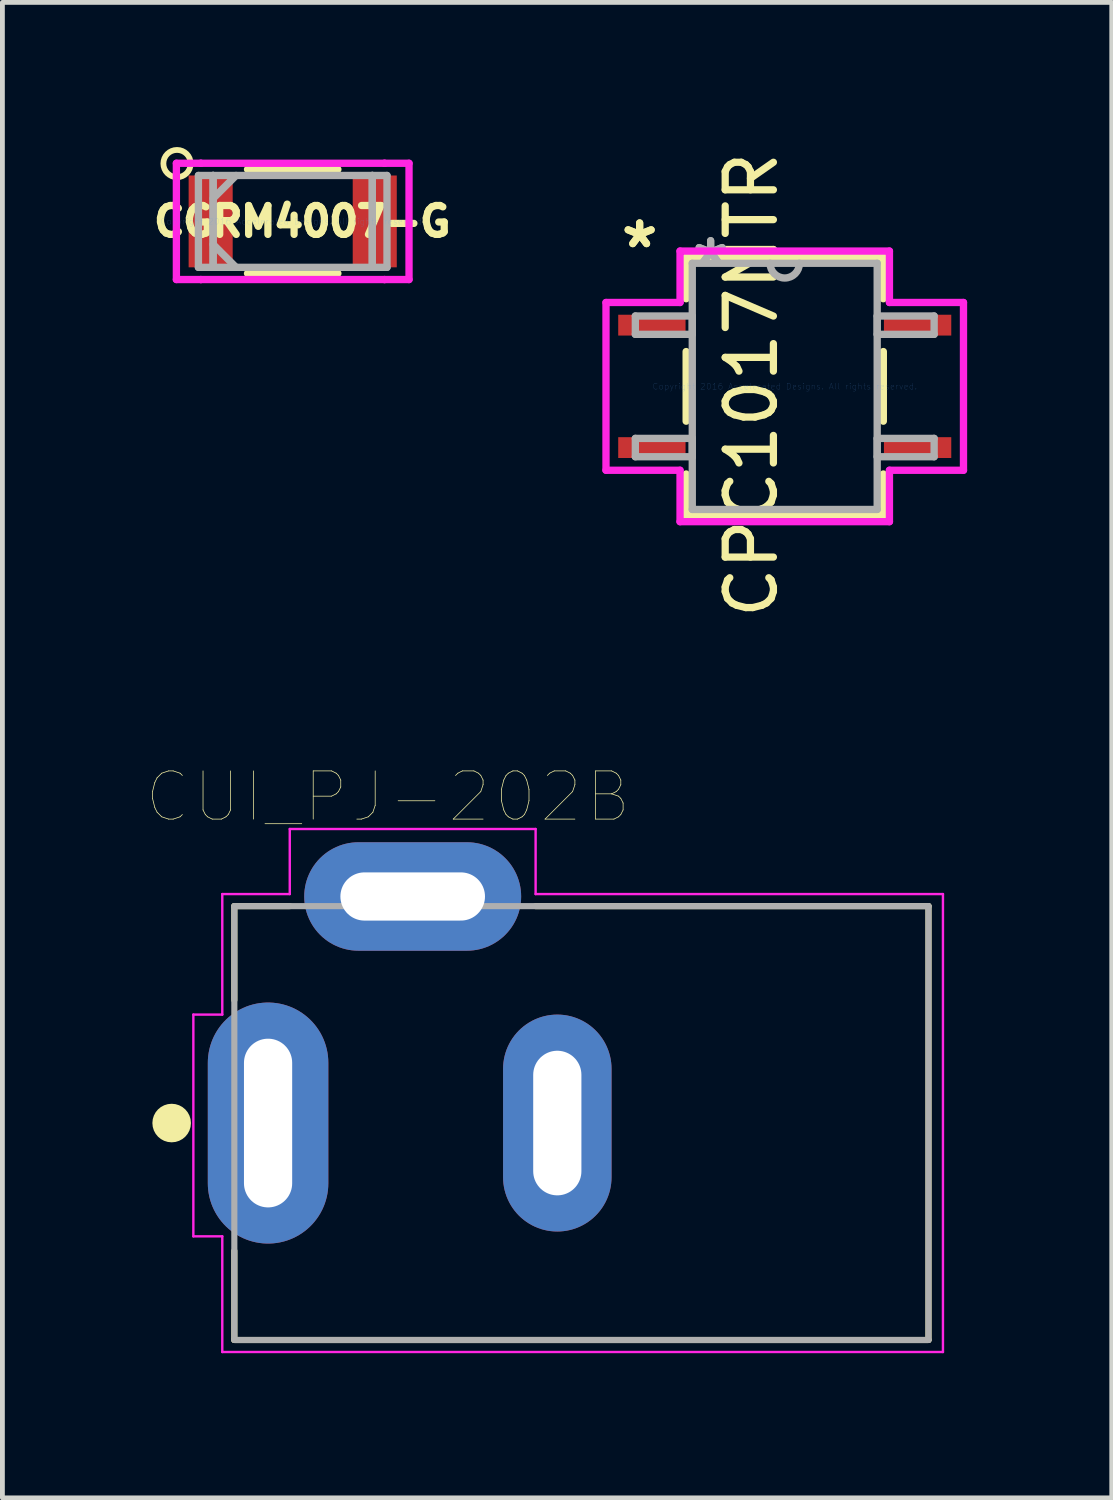
<source format=kicad_pcb>
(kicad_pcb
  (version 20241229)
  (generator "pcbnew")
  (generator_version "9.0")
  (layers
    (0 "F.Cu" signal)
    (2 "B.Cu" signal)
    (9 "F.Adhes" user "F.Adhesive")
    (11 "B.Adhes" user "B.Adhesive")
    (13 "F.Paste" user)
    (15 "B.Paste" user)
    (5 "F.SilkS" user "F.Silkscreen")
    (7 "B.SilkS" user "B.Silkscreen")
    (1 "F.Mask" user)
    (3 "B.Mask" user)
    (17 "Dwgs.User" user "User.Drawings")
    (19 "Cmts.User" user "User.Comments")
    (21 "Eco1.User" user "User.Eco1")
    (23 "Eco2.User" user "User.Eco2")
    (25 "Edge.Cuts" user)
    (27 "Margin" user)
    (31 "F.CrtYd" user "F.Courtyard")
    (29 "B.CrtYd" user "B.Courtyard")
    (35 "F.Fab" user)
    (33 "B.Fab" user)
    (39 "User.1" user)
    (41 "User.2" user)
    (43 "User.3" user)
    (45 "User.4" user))
  (footprint "CPC1017NTR"
    (layer "F.Cu")
    (at 13.229 4.965)
    (property "Reference" "CPC1017NTR" (at -0.69 -0.03 90) (layer "F.SilkS") (effects (font (size 1 1) (thickness 0.15))))
    (attr smd)
    (fp_line (start -2.045 -2.68) (end -2.045 -1.818) (stroke (width 0.152) (type solid)) (layer "F.SilkS"))
    (fp_line (start -2.045 -0.722) (end -2.045 0.722) (stroke (width 0.152) (type solid)) (layer "F.SilkS"))
    (fp_line (start -2.045 1.818) (end -2.045 2.68) (stroke (width 0.152) (type solid)) (layer "F.SilkS"))
    (fp_line (start -2.045 2.68) (end 2.045 2.68) (stroke (width 0.152) (type solid)) (layer "F.SilkS"))
    (fp_line (start 2.045 -2.68) (end -2.045 -2.68) (stroke (width 0.152) (type solid)) (layer "F.SilkS"))
    (fp_line (start 2.045 -1.818) (end 2.045 -2.68) (stroke (width 0.152) (type solid)) (layer "F.SilkS"))
    (fp_line (start 2.045 0.722) (end 2.045 -0.722) (stroke (width 0.152) (type solid)) (layer "F.SilkS"))
    (fp_line (start 2.045 2.68) (end 2.045 1.818) (stroke (width 0.152) (type solid)) (layer "F.SilkS"))
    (fp_line (start -3.708 -1.74) (end -2.172 -1.74) (stroke (width 0.152) (type solid)) (layer "F.CrtYd"))
    (fp_line (start -3.708 1.74) (end -3.708 -1.74) (stroke (width 0.152) (type solid)) (layer "F.CrtYd"))
    (fp_line (start -2.172 -2.807) (end 2.172 -2.807) (stroke (width 0.152) (type solid)) (layer "F.CrtYd"))
    (fp_line (start -2.172 -1.74) (end -2.172 -2.807) (stroke (width 0.152) (type solid)) (layer "F.CrtYd"))
    (fp_line (start -2.172 1.74) (end -3.708 1.74) (stroke (width 0.152) (type solid)) (layer "F.CrtYd"))
    (fp_line (start -2.172 2.807) (end -2.172 1.74) (stroke (width 0.152) (type solid)) (layer "F.CrtYd"))
    (fp_line (start 2.172 -2.807) (end 2.172 -1.74) (stroke (width 0.152) (type solid)) (layer "F.CrtYd"))
    (fp_line (start 2.172 -1.74) (end 3.708 -1.74) (stroke (width 0.152) (type solid)) (layer "F.CrtYd"))
    (fp_line (start 2.172 1.74) (end 2.172 2.807) (stroke (width 0.152) (type solid)) (layer "F.CrtYd"))
    (fp_line (start 2.172 2.807) (end -2.172 2.807) (stroke (width 0.152) (type solid)) (layer "F.CrtYd"))
    (fp_line (start 3.708 -1.74) (end 3.708 1.74) (stroke (width 0.152) (type solid)) (layer "F.CrtYd"))
    (fp_line (start 3.708 1.74) (end 2.172 1.74) (stroke (width 0.152) (type solid)) (layer "F.CrtYd"))
    (fp_line (start -3.099 -1.46) (end -3.099 -1.079) (stroke (width 0.152) (type solid)) (layer "F.Fab"))
    (fp_line (start -3.099 -1.079) (end -1.918 -1.079) (stroke (width 0.152) (type solid)) (layer "F.Fab"))
    (fp_line (start -3.099 1.079) (end -3.099 1.46) (stroke (width 0.152) (type solid)) (layer "F.Fab"))
    (fp_line (start -3.099 1.46) (end -1.918 1.46) (stroke (width 0.152) (type solid)) (layer "F.Fab"))
    (fp_line (start -1.918 -2.553) (end -1.918 2.553) (stroke (width 0.152) (type solid)) (layer "F.Fab"))
    (fp_line (start -1.918 -1.46) (end -3.099 -1.46) (stroke (width 0.152) (type solid)) (layer "F.Fab"))
    (fp_line (start -1.918 -1.079) (end -1.918 -1.46) (stroke (width 0.152) (type solid)) (layer "F.Fab"))
    (fp_line (start -1.918 1.079) (end -3.099 1.079) (stroke (width 0.152) (type solid)) (layer "F.Fab"))
    (fp_line (start -1.918 1.46) (end -1.918 1.079) (stroke (width 0.152) (type solid)) (layer "F.Fab"))
    (fp_line (start -1.918 2.553) (end 1.918 2.553) (stroke (width 0.152) (type solid)) (layer "F.Fab"))
    (fp_line (start 1.918 -2.553) (end -1.918 -2.553) (stroke (width 0.152) (type solid)) (layer "F.Fab"))
    (fp_line (start 1.918 -1.46) (end 1.918 -1.079) (stroke (width 0.152) (type solid)) (layer "F.Fab"))
    (fp_line (start 1.918 -1.079) (end 3.099 -1.079) (stroke (width 0.152) (type solid)) (layer "F.Fab"))
    (fp_line (start 1.918 1.079) (end 1.918 1.46) (stroke (width 0.152) (type solid)) (layer "F.Fab"))
    (fp_line (start 1.918 1.46) (end 3.099 1.46) (stroke (width 0.152) (type solid)) (layer "F.Fab"))
    (fp_line (start 1.918 2.553) (end 1.918 -2.553) (stroke (width 0.152) (type solid)) (layer "F.Fab"))
    (fp_line (start 3.099 -1.46) (end 1.918 -1.46) (stroke (width 0.152) (type solid)) (layer "F.Fab"))
    (fp_line (start 3.099 -1.079) (end 3.099 -1.46) (stroke (width 0.152) (type solid)) (layer "F.Fab"))
    (fp_line (start 3.099 1.079) (end 1.918 1.079) (stroke (width 0.152) (type solid)) (layer "F.Fab"))
    (fp_line (start 3.099 1.46) (end 3.099 1.079) (stroke (width 0.152) (type solid)) (layer "F.Fab"))
    (fp_arc (start 0.3048 -2.5527) (mid 0 -2.2479) (end -0.3048 -2.5527) (stroke (width 0.1524) (type solid)) (layer "F.Fab"))
    (fp_text user "*" (at -3.01 -2.845 0) (layer "F.SilkS") (effects (font (size 1 1) (thickness 0.15))))
    (fp_text user "*" (at -3.01 -2.845 0) (layer "F.SilkS") (effects (font (size 1 1) (thickness 0.15))))
    (fp_text user "Copyright 2016 Accelerated Designs. All rights reserved." (at 0 0 0) (layer "Cmts.User") (effects (font (size 0.127 0.127) (thickness 0.002))))
    (fp_text user "*" (at -1.537 -2.477 0) (layer "F.Fab") (effects (font (size 1 1) (thickness 0.15))))
    (fp_text user "*" (at -1.537 -2.477 0) (layer "F.Fab") (effects (font (size 1 1) (thickness 0.15))))
    (pad "1" smd rect (at -2.756 -1.27) (size 1.397 0.432) (layers "F.Cu" "F.Mask" "F.Paste"))
    (pad "2" smd rect (at -2.756 1.27) (size 1.397 0.432) (layers "F.Cu" "F.Mask" "F.Paste"))
    (pad "3" smd rect (at 2.756 1.27) (size 1.397 0.432) (layers "F.Cu" "F.Mask" "F.Paste"))
    (pad "4" smd rect (at 2.756 -1.27) (size 1.397 0.432) (layers "F.Cu" "F.Mask" "F.Paste")))
  (footprint "CUI_PJ-202B"
    (layer "F.Cu")
    (at 9.011 20.247)
    (property "Reference" "CUI_PJ-202B" (at -4.016 -6.767 0) (layer "F.SilkS") (effects (font (size 1 1) (thickness 0.015))))
    (attr through_hole)
    (fp_line (start -7.2 -4.5) (end -6.05 -4.5) (stroke (width 0.127) (type solid)) (layer "F.SilkS"))
    (fp_line (start -7.2 -2.55) (end -7.2 -4.5) (stroke (width 0.127) (type solid)) (layer "F.SilkS"))
    (fp_line (start -7.2 4.5) (end -7.2 2.65) (stroke (width 0.127) (type solid)) (layer "F.SilkS"))
    (fp_line (start -0.95 -4.5) (end 7.2 -4.5) (stroke (width 0.127) (type solid)) (layer "F.SilkS"))
    (fp_line (start 7.2 -4.5) (end 7.2 4.5) (stroke (width 0.127) (type solid)) (layer "F.SilkS"))
    (fp_line (start 7.2 4.5) (end -7.2 4.5) (stroke (width 0.127) (type solid)) (layer "F.SilkS"))
    (fp_circle (center -8.5 0) (end -8.3 0) (stroke (width 0.4) (type solid)) (fill no) (layer "F.SilkS"))
    (fp_line (start -8.05 -2.25) (end -8.05 2.35) (stroke (width 0.05) (type solid)) (layer "F.CrtYd"))
    (fp_line (start -8.05 2.35) (end -7.45 2.35) (stroke (width 0.05) (type solid)) (layer "F.CrtYd"))
    (fp_line (start -7.45 -4.75) (end -6.05 -4.75) (stroke (width 0.05) (type solid)) (layer "F.CrtYd"))
    (fp_line (start -7.45 -2.25) (end -8.05 -2.25) (stroke (width 0.05) (type solid)) (layer "F.CrtYd"))
    (fp_line (start -7.45 -2.25) (end -7.45 -4.75) (stroke (width 0.05) (type solid)) (layer "F.CrtYd"))
    (fp_line (start -7.45 4.75) (end -7.45 2.35) (stroke (width 0.05) (type solid)) (layer "F.CrtYd"))
    (fp_line (start -6.05 -6.1) (end -0.95 -6.1) (stroke (width 0.05) (type solid)) (layer "F.CrtYd"))
    (fp_line (start -6.05 -4.75) (end -6.05 -6.1) (stroke (width 0.05) (type solid)) (layer "F.CrtYd"))
    (fp_line (start -0.95 -6.1) (end -0.95 -4.75) (stroke (width 0.05) (type solid)) (layer "F.CrtYd"))
    (fp_line (start -0.95 -4.75) (end 7.5 -4.75) (stroke (width 0.05) (type solid)) (layer "F.CrtYd"))
    (fp_line (start 7.5 -4.75) (end 7.5 4.75) (stroke (width 0.05) (type solid)) (layer "F.CrtYd"))
    (fp_line (start 7.5 4.75) (end -7.45 4.75) (stroke (width 0.05) (type solid)) (layer "F.CrtYd"))
    (fp_line (start -7.2 -4.5) (end 7.2 -4.5) (stroke (width 0.127) (type solid)) (layer "F.Fab"))
    (fp_line (start -7.2 4.5) (end -7.2 -4.5) (stroke (width 0.127) (type solid)) (layer "F.Fab"))
    (fp_line (start 7.2 -4.5) (end 7.2 4.5) (stroke (width 0.127) (type solid)) (layer "F.Fab"))
    (fp_line (start 7.2 4.5) (end -7.2 4.5) (stroke (width 0.127) (type solid)) (layer "F.Fab"))
    (pad "1" thru_hole oval (at -6.5 0) (size 2.5 5) (drill oval 1 3.5) (layers "*.Cu" "*.Mask"))
    (pad "2" thru_hole oval (at -0.5 0) (size 2.25 4.5) (drill oval 1 3) (layers "*.Cu" "*.Mask"))
    (pad "3" thru_hole oval (at -3.5 -4.7) (size 4.5 2.25) (drill oval 3 1) (layers "*.Cu" "*.Mask")))
  (footprint "CGRM4007-G"
    (layer "F.Cu")
    (at 3.022 1.543)
    (property "Reference" "CGRM4007-G" (at 0.2 0 0) (layer "F.SilkS") (effects (font (size 0.6 0.6) (thickness 0.15))))
    (attr smd)
    (fp_line (start -0.937 1.079) (end 0.937 1.079) (stroke (width 0.152) (type solid)) (layer "F.SilkS"))
    (fp_line (start 0.937 -1.079) (end -0.937 -1.079) (stroke (width 0.152) (type solid)) (layer "F.SilkS"))
    (fp_circle (center -2.4 -1.2) (end -2.2 -1) (stroke (width 0.12) (type solid)) (fill no) (layer "F.SilkS"))
    (fp_line (start -2.413 -1.206) (end -1.905 -1.206) (stroke (width 0.152) (type solid)) (layer "F.CrtYd"))
    (fp_line (start -2.413 1.206) (end -2.413 -1.206) (stroke (width 0.152) (type solid)) (layer "F.CrtYd"))
    (fp_line (start -1.905 -1.206) (end -1.905 -1.206) (stroke (width 0.152) (type solid)) (layer "F.CrtYd"))
    (fp_line (start -1.905 -1.206) (end 1.905 -1.206) (stroke (width 0.152) (type solid)) (layer "F.CrtYd"))
    (fp_line (start -1.905 1.206) (end -2.413 1.206) (stroke (width 0.152) (type solid)) (layer "F.CrtYd"))
    (fp_line (start -1.905 1.206) (end -1.905 1.206) (stroke (width 0.152) (type solid)) (layer "F.CrtYd"))
    (fp_line (start 1.905 -1.206) (end 1.905 -1.206) (stroke (width 0.152) (type solid)) (layer "F.CrtYd"))
    (fp_line (start 1.905 -1.206) (end 2.413 -1.206) (stroke (width 0.152) (type solid)) (layer "F.CrtYd"))
    (fp_line (start 1.905 1.206) (end -1.905 1.206) (stroke (width 0.152) (type solid)) (layer "F.CrtYd"))
    (fp_line (start 1.905 1.206) (end 1.905 1.206) (stroke (width 0.152) (type solid)) (layer "F.CrtYd"))
    (fp_line (start 2.413 -1.206) (end 2.413 1.206) (stroke (width 0.152) (type solid)) (layer "F.CrtYd"))
    (fp_line (start 2.413 1.206) (end 1.905 1.206) (stroke (width 0.152) (type solid)) (layer "F.CrtYd"))
    (fp_line (start -1.956 -0.953) (end -1.956 0.953) (stroke (width 0.152) (type solid)) (layer "F.Fab"))
    (fp_line (start -1.956 0.953) (end -1.651 0.953) (stroke (width 0.152) (type solid)) (layer "F.Fab"))
    (fp_line (start -1.651 -0.953) (end -1.956 -0.953) (stroke (width 0.152) (type solid)) (layer "F.Fab"))
    (fp_line (start -1.651 -0.953) (end -1.651 0.953) (stroke (width 0.152) (type solid)) (layer "F.Fab"))
    (fp_line (start -1.651 -0.476) (end -1.175 -0.953) (stroke (width 0.152) (type solid)) (layer "F.Fab"))
    (fp_line (start -1.651 0.476) (end -1.175 0.953) (stroke (width 0.152) (type solid)) (layer "F.Fab"))
    (fp_line (start -1.651 0.953) (end -1.651 -0.953) (stroke (width 0.152) (type solid)) (layer "F.Fab"))
    (fp_line (start -1.651 0.953) (end 1.651 0.953) (stroke (width 0.152) (type solid)) (layer "F.Fab"))
    (fp_line (start 1.651 -0.953) (end -1.651 -0.953) (stroke (width 0.152) (type solid)) (layer "F.Fab"))
    (fp_line (start 1.651 -0.953) (end 1.651 0.953) (stroke (width 0.152) (type solid)) (layer "F.Fab"))
    (fp_line (start 1.651 0.953) (end 1.651 -0.953) (stroke (width 0.152) (type solid)) (layer "F.Fab"))
    (fp_line (start 1.651 0.953) (end 1.956 0.953) (stroke (width 0.152) (type solid)) (layer "F.Fab"))
    (fp_line (start 1.956 -0.953) (end 1.651 -0.953) (stroke (width 0.152) (type solid)) (layer "F.Fab"))
    (fp_line (start 1.956 0.953) (end 1.956 -0.953) (stroke (width 0.152) (type solid)) (layer "F.Fab"))
    (fp_text user "Copyright 2016 Accelerated Designs. All rights reserved." (at 0 0 0) (layer "Cmts.User") (effects (font (size 0.127 0.127) (thickness 0.002))))
    (pad "1" smd rect (at -1.702 0) (size 0.914 1.905) (layers "F.Cu" "F.Mask" "F.Paste"))
    (pad "2" smd rect (at 1.702 0) (size 0.914 1.905) (layers "F.Cu" "F.Mask" "F.Paste")))
  (gr_rect
    (start -3 -3)
    (end 20.013 28.022)
    (stroke (width 0.1) (type default))
    (fill no)
    (layer "Edge.Cuts")))
</source>
